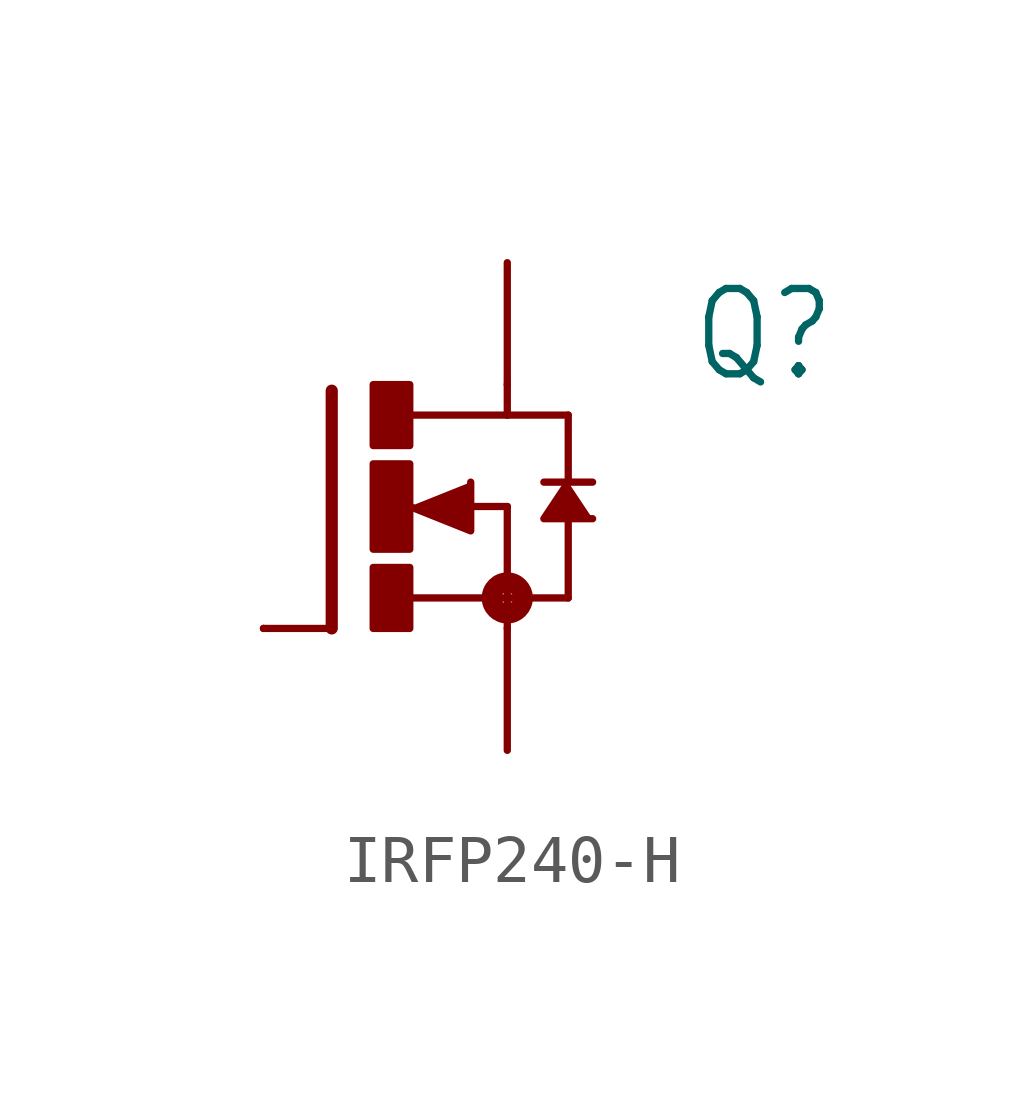
<source format=kicad_sym>
(kicad_symbol_lib
  (version 20220914)
  (generator kicad_symbol_editor)
  (symbol "IRFP240-H"
    (property "Reference" "Q"
      (at 6.35 2.54 0)
      (effects (font (size 1.778 1.511)) (justify left bottom)))
    (property "Value" ""
      (at 6.35 0 0)
      (effects (font (size 1.778 1.511)) (justify left bottom)))
    (property "ki_locked" ""
      (at 0 0 0)
      (effects (font (size 1.27 1.27))))
    (symbol "IRFP240-H_1_0"
      (rectangle (start -0.254 -2.54) (end 0.508 -1.27) (stroke (width 0) (type default)) (fill (type outline)))
      (rectangle (start -0.254 -0.889) (end 0.508 0.889) (stroke (width 0) (type default)) (fill (type outline)))
      (rectangle (start -0.254 1.27) (end 0.508 2.54) (stroke (width 0) (type default)) (fill (type outline)))
      (polyline (pts (xy -1.118 -2.54) (xy -2.54 -2.54)) (stroke (width 0.152) (type solid)) (fill (type none)))
      (polyline (pts (xy -1.118 2.413) (xy -1.118 -2.54)) (stroke (width 0.254) (type solid)) (fill (type none)))
      (polyline (pts (xy 0.508 -1.905) (xy 2.54 -1.905)) (stroke (width 0.152) (type solid)) (fill (type none)))
      (polyline (pts (xy 1.651 0) (xy 2.54 0)) (stroke (width 0.152) (type solid)) (fill (type none)))
      (polyline (pts (xy 2.54 -1.905) (xy 2.54 -2.54)) (stroke (width 0.152) (type solid)) (fill (type none)))
      (polyline (pts (xy 2.54 0) (xy 2.54 -1.905)) (stroke (width 0.152) (type solid)) (fill (type none)))
      (polyline (pts (xy 2.54 1.905) (xy 0.533 1.905)) (stroke (width 0.152) (type solid)) (fill (type none)))
      (polyline (pts (xy 2.54 2.54) (xy 2.54 1.905)) (stroke (width 0.152) (type solid)) (fill (type none)))
      (polyline (pts (xy 3.302 0.508) (xy 3.81 0.508)) (stroke (width 0.152) (type solid)) (fill (type none)))
      (polyline (pts (xy 3.81 -1.905) (xy 2.54 -1.905)) (stroke (width 0.152) (type solid)) (fill (type none)))
      (polyline (pts (xy 3.81 -1.905) (xy 3.81 -0.127)) (stroke (width 0.152) (type solid)) (fill (type none)))
      (polyline (pts (xy 3.81 0.508) (xy 3.81 1.905)) (stroke (width 0.152) (type solid)) (fill (type none)))
      (polyline (pts (xy 3.81 0.508) (xy 4.318 0.508)) (stroke (width 0.152) (type solid)) (fill (type none)))
      (polyline (pts (xy 3.81 1.905) (xy 2.54 1.905)) (stroke (width 0.152) (type solid)) (fill (type none)))
      (polyline (pts (xy 0.508 0) (xy 1.778 -0.508) (xy 1.778 0.508)) (stroke (width 0.152) (type solid)) (fill (type outline)))
      (polyline (pts (xy 3.81 0.508) (xy 3.302 -0.254) (xy 4.318 -0.254)) (stroke (width 0.152) (type solid)) (fill (type outline)))
      (circle (center 2.54 -1.905) (radius 0.127) (stroke (width 0.406) (type solid)) (fill (type none)))
      (pin passive line (at 2.54 5.08 270) (length 2.54) (name "D" (effects (font (size 0 0)))) (number "D" (effects (font (size 0 0)))))
      (pin passive line (at -2.54 -2.54 0) (length 0) (name "G" (effects (font (size 0 0)))) (number "G" (effects (font (size 0 0)))))
      (pin passive line (at 2.54 -5.08 90) (length 2.54) (name "S" (effects (font (size 0 0)))) (number "S" (effects (font (size 0 0))))))))
</source>
